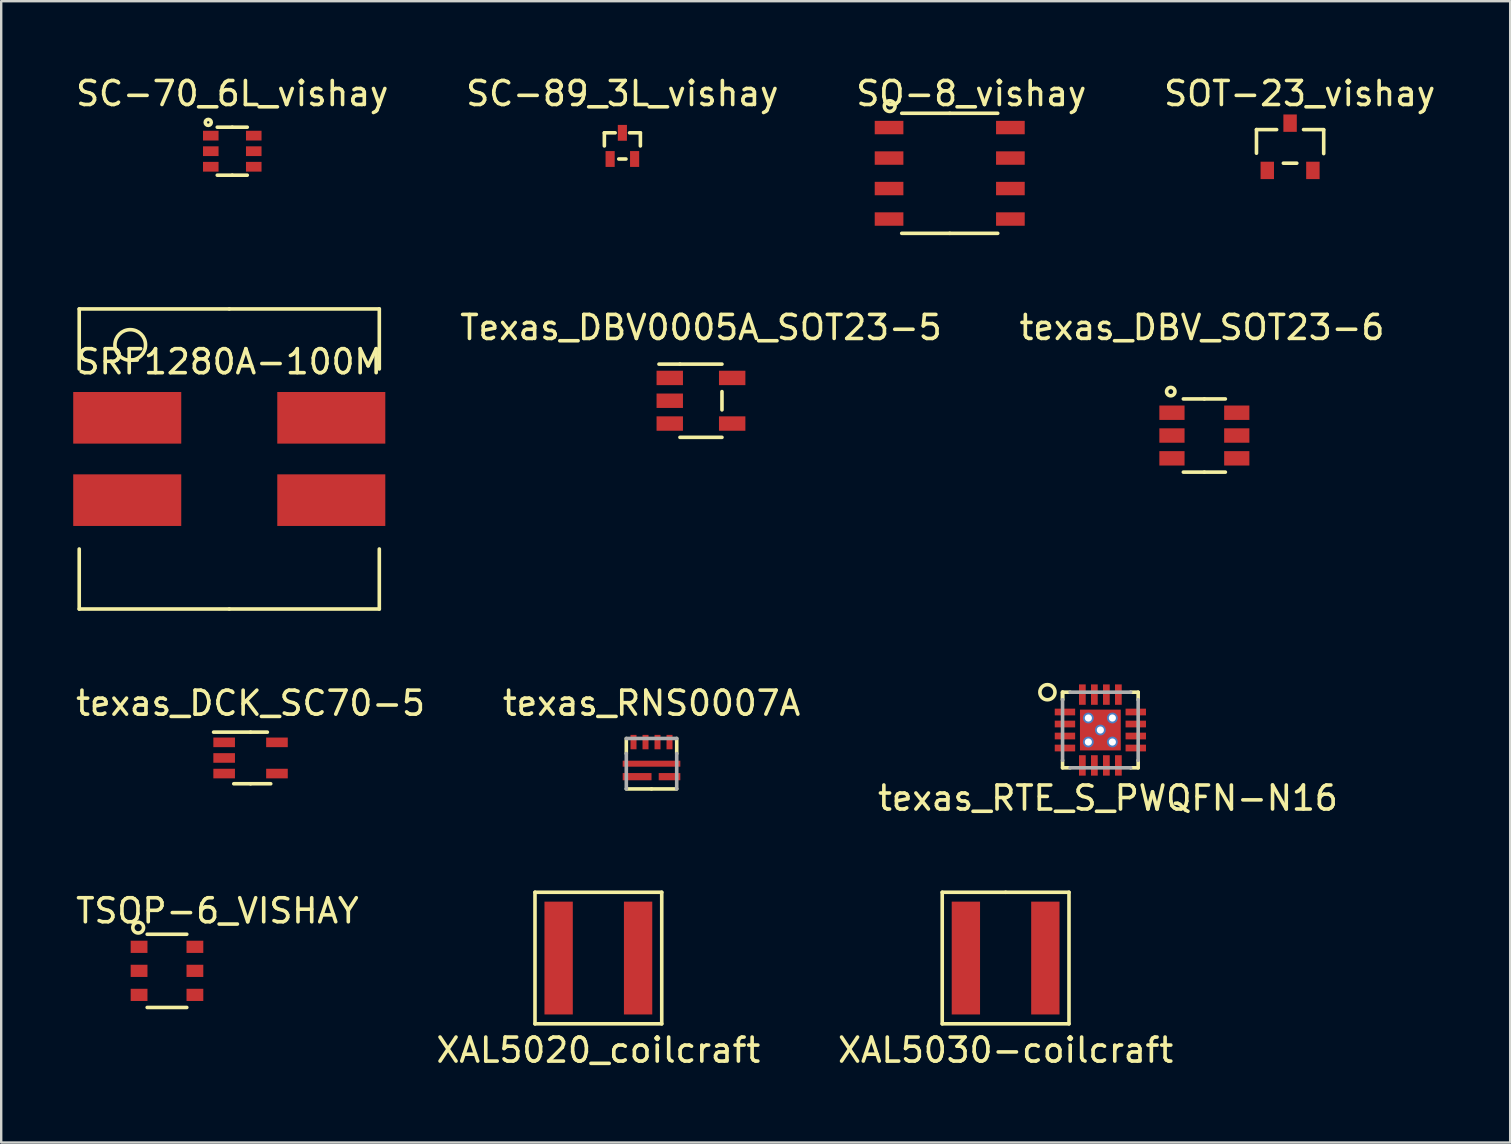
<source format=kicad_pcb>
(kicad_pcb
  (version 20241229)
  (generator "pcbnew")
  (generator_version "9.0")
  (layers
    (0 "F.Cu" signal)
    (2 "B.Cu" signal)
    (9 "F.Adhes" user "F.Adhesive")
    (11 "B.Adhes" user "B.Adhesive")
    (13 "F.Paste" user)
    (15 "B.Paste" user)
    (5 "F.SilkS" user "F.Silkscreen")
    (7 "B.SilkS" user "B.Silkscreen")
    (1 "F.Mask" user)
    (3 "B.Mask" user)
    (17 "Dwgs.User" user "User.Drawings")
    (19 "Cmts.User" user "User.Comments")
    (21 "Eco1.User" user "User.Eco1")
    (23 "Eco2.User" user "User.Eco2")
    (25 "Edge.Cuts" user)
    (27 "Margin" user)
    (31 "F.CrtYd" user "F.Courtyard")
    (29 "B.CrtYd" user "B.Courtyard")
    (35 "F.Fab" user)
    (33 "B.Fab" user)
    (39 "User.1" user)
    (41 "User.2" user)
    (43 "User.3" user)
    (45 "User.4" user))
  (footprint "XAL5020_coilcraft"
    (layer "F.Cu")
    (at 21.875 36.858)
    (property "Reference" "XAL5020_coilcraft" (at 0 3.836 0) (layer "F.SilkS") (effects (font (size 1 1) (thickness 0.15))))
    (attr through_hole)
    (fp_line (start -2.64 -2.74) (end 2.64 -2.74) (stroke (width 0.15) (type solid)) (layer "F.SilkS"))
    (fp_line (start -2.64 2.74) (end -2.64 -2.74) (stroke (width 0.15) (type solid)) (layer "F.SilkS"))
    (fp_line (start 2.64 -2.74) (end 2.64 2.74) (stroke (width 0.15) (type solid)) (layer "F.SilkS"))
    (fp_line (start 2.64 2.74) (end -2.64 2.74) (stroke (width 0.15) (type solid)) (layer "F.SilkS"))
    (pad "1" smd rect (at -1.655 0) (size 1.18 4.7) (layers "F.Cu" "F.Mask" "F.Paste"))
    (pad "2" smd rect (at 1.655 0) (size 1.18 4.7) (layers "F.Cu" "F.Mask" "F.Paste")))
  (footprint "Texas_DBV0005A_SOT23-5"
    (layer "F.Cu")
    (at 26.149 13.643)
    (property "Reference" "Texas_DBV0005A_SOT23-5" (at 0 -3.05 0) (layer "F.SilkS") (effects (font (size 1 1) (thickness 0.15))))
    (attr through_hole)
    (fp_line (start -0.875 -1.525) (end -1.75 -1.525) (stroke (width 0.15) (type solid)) (layer "F.SilkS"))
    (fp_line (start -0.875 -1.525) (end 0.875 -1.525) (stroke (width 0.15) (type solid)) (layer "F.SilkS"))
    (fp_line (start -0.875 1.525) (end 0.875 1.525) (stroke (width 0.15) (type solid)) (layer "F.SilkS"))
    (fp_line (start 0.875 -0.38) (end 0.875 0.38) (stroke (width 0.15) (type solid)) (layer "F.SilkS"))
    (pad "1" smd rect (at -1.3 -0.95) (size 1.1 0.6) (layers "F.Cu" "F.Mask" "F.Paste"))
    (pad "2" smd rect (at -1.3 0) (size 1.1 0.6) (layers "F.Cu" "F.Mask" "F.Paste"))
    (pad "3" smd rect (at -1.3 0.95) (size 1.1 0.6) (layers "F.Cu" "F.Mask" "F.Paste"))
    (pad "4" smd rect (at 1.3 0.95) (size 1.1 0.6) (layers "F.Cu" "F.Mask" "F.Paste"))
    (pad "5" smd rect (at 1.3 -0.95) (size 1.1 0.6) (layers "F.Cu" "F.Mask" "F.Paste")))
  (footprint "SO-8_vishay"
    (layer "F.Cu")
    (at 36.511 4.169)
    (property "Reference" "SO-8_vishay" (at 0.9 -3.321 0) (layer "F.SilkS") (effects (font (size 1 1) (thickness 0.15))))
    (attr through_hole)
    (fp_line (start 0 -2.5) (end -2 -2.5) (stroke (width 0.15) (type solid)) (layer "F.SilkS"))
    (fp_line (start 0 -2.5) (end 2 -2.5) (stroke (width 0.15) (type solid)) (layer "F.SilkS"))
    (fp_line (start 0 2.5) (end -2 2.5) (stroke (width 0.15) (type solid)) (layer "F.SilkS"))
    (fp_line (start 0 2.5) (end 2 2.5) (stroke (width 0.15) (type solid)) (layer "F.SilkS"))
    (fp_circle (center -2.5 -2.8) (end -2.3 -2.7) (stroke (width 0.15) (type solid)) (fill no) (layer "F.SilkS"))
    (pad "1" smd rect (at -2.527 -1.905) (size 1.194 0.559) (layers "F.Cu" "F.Mask" "F.Paste"))
    (pad "2" smd rect (at -2.527 -0.635) (size 1.194 0.559) (layers "F.Cu" "F.Mask" "F.Paste"))
    (pad "3" smd rect (at -2.527 0.635) (size 1.194 0.559) (layers "F.Cu" "F.Mask" "F.Paste"))
    (pad "4" smd rect (at -2.527 1.905) (size 1.194 0.559) (layers "F.Cu" "F.Mask" "F.Paste"))
    (pad "5" smd rect (at 2.527 1.905) (size 1.194 0.559) (layers "F.Cu" "F.Mask" "F.Paste"))
    (pad "6" smd rect (at 2.527 0.635) (size 1.194 0.559) (layers "F.Cu" "F.Mask" "F.Paste"))
    (pad "7" smd rect (at 2.527 -0.635) (size 1.194 0.559) (layers "F.Cu" "F.Mask" "F.Paste"))
    (pad "8" smd rect (at 2.527 -1.905) (size 1.194 0.559) (layers "F.Cu" "F.Mask" "F.Paste")))
  (footprint "SRF1280A-100M"
    (layer "F.Cu")
    (at 6.5 16.069)
    (property "Reference" "SRF1280A-100M" (at 0 -4.05 0) (layer "F.SilkS") (effects (font (size 1 1) (thickness 0.15))))
    (attr through_hole)
    (fp_line (start -6.25 -6.25) (end 0 -6.25) (stroke (width 0.15) (type solid)) (layer "F.SilkS"))
    (fp_line (start -6.25 -3.75) (end -6.25 -6.25) (stroke (width 0.15) (type solid)) (layer "F.SilkS"))
    (fp_line (start -6.25 6.25) (end -6.25 3.75) (stroke (width 0.15) (type solid)) (layer "F.SilkS"))
    (fp_line (start 0 -6.25) (end 6.25 -6.25) (stroke (width 0.15) (type solid)) (layer "F.SilkS"))
    (fp_line (start 0 6.25) (end -6.25 6.25) (stroke (width 0.15) (type solid)) (layer "F.SilkS"))
    (fp_line (start 0 6.25) (end 6.25 6.25) (stroke (width 0.15) (type solid)) (layer "F.SilkS"))
    (fp_line (start 6.25 -6.25) (end 6.25 -3.75) (stroke (width 0.15) (type solid)) (layer "F.SilkS"))
    (fp_line (start 6.25 6.25) (end 6.25 3.75) (stroke (width 0.15) (type solid)) (layer "F.SilkS"))
    (fp_circle (center -4.125 -4.75) (end -3.5 -4.875) (stroke (width 0.15) (type solid)) (fill no) (layer "F.SilkS"))
    (pad "1" smd rect (at -4.25 -1.715) (size 4.5 2.15) (layers "F.Cu" "F.Mask" "F.Paste"))
    (pad "2" smd rect (at -4.25 1.715) (size 4.5 2.15) (layers "F.Cu" "F.Mask" "F.Paste"))
    (pad "3" smd rect (at 4.25 1.715) (size 4.5 2.15) (layers "F.Cu" "F.Mask" "F.Paste"))
    (pad "4" smd rect (at 4.25 -1.715) (size 4.5 2.15) (layers "F.Cu" "F.Mask" "F.Paste")))
  (footprint "texas_RNS0007A"
    (layer "F.Cu")
    (at 24.089 29.302)
    (property "Reference" "texas_RNS0007A" (at 0 -3.06 0) (layer "F.SilkS") (effects (font (size 1 1) (thickness 0.15))))
    (attr through_hole)
    (fp_line (start -1.05 -1.59) (end -1.05 -0.96) (stroke (width 0.15) (type solid)) (layer "F.SilkS"))
    (fp_line (start 0 0.51) (end -1.05 0.51) (stroke (width 0.15) (type solid)) (layer "F.SilkS"))
    (fp_line (start 0 0.51) (end 1.05 0.51) (stroke (width 0.15) (type solid)) (layer "F.SilkS"))
    (fp_line (start 1.05 -1.59) (end 1.05 -0.96) (stroke (width 0.15) (type solid)) (layer "F.SilkS"))
    (fp_line (start -1.05 -1.59) (end 1.05 -1.59) (stroke (width 0.15) (type solid)) (layer "F.Fab"))
    (fp_line (start -1.05 -0.96) (end -1.05 0.51) (stroke (width 0.15) (type solid)) (layer "F.Fab"))
    (fp_line (start 1.05 -0.96) (end 1.05 0.51) (stroke (width 0.15) (type solid)) (layer "F.Fab"))
    (pad "1" smd rect (at -0.75 -1.44) (size 0.25 0.6) (layers "F.Cu" "F.Mask" "F.Paste"))
    (pad "2" smd rect (at -0.25 -1.44) (size 0.25 0.6) (layers "F.Cu" "F.Mask" "F.Paste"))
    (pad "3" smd rect (at 0.25 -1.44) (size 0.25 0.6) (layers "F.Cu" "F.Mask" "F.Paste"))
    (pad "4" smd rect (at 0.75 -1.44) (size 0.25 0.6) (layers "F.Cu" "F.Mask" "F.Paste"))
    (pad "5" smd rect (at 0 -0.54) (size 2.4 0.25) (layers "F.Cu" "F.Mask" "F.Paste"))
    (pad "6" smd rect (at 0.75 0) (size 0.9 0.3) (layers "F.Cu" "F.Mask" "F.Paste"))
    (pad "7" smd rect (at -0.6 0) (size 1.2 0.3) (layers "F.Cu" "F.Mask" "F.Paste")))
  (footprint "TSOP-6_VISHAY"
    (layer "F.Cu")
    (at 3.906 37.391)
    (property "Reference" "TSOP-6_VISHAY" (at 2.1 -2.5 0) (layer "F.SilkS") (effects (font (size 1 1) (thickness 0.15))))
    (attr through_hole)
    (fp_line (start -0.825 -1.525) (end 0.825 -1.525) (stroke (width 0.15) (type solid)) (layer "F.SilkS"))
    (fp_line (start -0.825 1.525) (end 0.825 1.525) (stroke (width 0.15) (type solid)) (layer "F.SilkS"))
    (fp_circle (center -1.2 -1.8) (end -1.1 -1.6) (stroke (width 0.15) (type solid)) (fill no) (layer "F.SilkS"))
    (pad "1" smd rect (at -1.163 -1.001) (size 0.699 0.508) (layers "F.Cu" "F.Mask" "F.Paste"))
    (pad "2" smd rect (at -1.163 0) (size 0.699 0.508) (layers "F.Cu" "F.Mask" "F.Paste"))
    (pad "3" smd rect (at -1.163 1.001) (size 0.699 0.508) (layers "F.Cu" "F.Mask" "F.Paste"))
    (pad "4" smd rect (at 1.163 1.001) (size 0.699 0.508) (layers "F.Cu" "F.Mask" "F.Paste"))
    (pad "5" smd rect (at 1.163 0) (size 0.699 0.508) (layers "F.Cu" "F.Mask" "F.Paste"))
    (pad "6" smd rect (at 1.163 -1.001) (size 0.699 0.508) (layers "F.Cu" "F.Mask" "F.Paste")))
  (footprint "SC-89_3L_vishay"
    (layer "F.Cu")
    (at 22.875 3.573)
    (property "Reference" "SC-89_3L_vishay" (at 0 -2.725 0) (layer "F.SilkS") (effects (font (size 1 1) (thickness 0.15))))
    (attr through_hole)
    (fp_line (start -0.75 -1.09) (end -0.75 -0.545) (stroke (width 0.15) (type solid)) (layer "F.SilkS"))
    (fp_line (start -0.75 -1.09) (end -0.3 -1.09) (stroke (width 0.15) (type solid)) (layer "F.SilkS"))
    (fp_line (start -0.15 0) (end 0.15 0) (stroke (width 0.15) (type solid)) (layer "F.SilkS"))
    (fp_line (start 0.75 -1.09) (end 0.3 -1.09) (stroke (width 0.15) (type solid)) (layer "F.SilkS"))
    (fp_line (start 0.75 -1.09) (end 0.75 -0.545) (stroke (width 0.15) (type solid)) (layer "F.SilkS"))
    (pad "1" smd rect (at -0.51 0) (size 0.38 0.66) (layers "F.Cu" "F.Mask" "F.Paste"))
    (pad "2" smd rect (at 0.51 0) (size 0.38 0.66) (layers "F.Cu" "F.Mask" "F.Paste"))
    (pad "3" smd rect (at 0 -1.09) (size 0.38 0.66) (layers "F.Cu" "F.Mask" "F.Paste")))
  (footprint "texas_DBV_SOT23-6"
    (layer "F.Cu")
    (at 47.118 15.092)
    (property "Reference" "texas_DBV_SOT23-6" (at -0.1 -4.5 0) (layer "F.SilkS") (effects (font (size 1 1) (thickness 0.15))))
    (attr through_hole)
    (fp_line (start -0.875 -1.525) (end 0 -1.525) (stroke (width 0.15) (type solid)) (layer "F.SilkS"))
    (fp_line (start 0 -1.525) (end 0.875 -1.525) (stroke (width 0.15) (type solid)) (layer "F.SilkS"))
    (fp_line (start 0 1.525) (end -0.875 1.525) (stroke (width 0.15) (type solid)) (layer "F.SilkS"))
    (fp_line (start 0 1.525) (end 0.875 1.525) (stroke (width 0.15) (type solid)) (layer "F.SilkS"))
    (fp_circle (center -1.4 -1.83) (end -1.225 -1.83) (stroke (width 0.15) (type solid)) (fill no) (layer "F.SilkS"))
    (pad "1" smd rect (at -1.35 -0.95) (size 1.05 0.6) (layers "F.Cu" "F.Mask" "F.Paste"))
    (pad "2" smd rect (at -1.35 0) (size 1.05 0.6) (layers "F.Cu" "F.Mask" "F.Paste"))
    (pad "3" smd rect (at -1.35 0.95) (size 1.05 0.6) (layers "F.Cu" "F.Mask" "F.Paste"))
    (pad "4" smd rect (at 1.35 0.95) (size 1.05 0.6) (layers "F.Cu" "F.Mask" "F.Paste"))
    (pad "5" smd rect (at 1.35 0) (size 1.05 0.6) (layers "F.Cu" "F.Mask" "F.Paste"))
    (pad "6" smd rect (at 1.35 -0.95) (size 1.05 0.6) (layers "F.Cu" "F.Mask" "F.Paste")))
  (footprint "texas_DCK_SC70-5"
    (layer "F.Cu")
    (at 7.387 28.523)
    (property "Reference" "texas_DCK_SC70-5" (at 0 -2.28 0) (layer "F.SilkS") (effects (font (size 1 1) (thickness 0.15))))
    (attr through_hole)
    (fp_line (start 0 -1.075) (end -1.54 -1.075) (stroke (width 0.15) (type solid)) (layer "F.SilkS"))
    (fp_line (start 0 -1.075) (end 0.7 -1.075) (stroke (width 0.15) (type solid)) (layer "F.SilkS"))
    (fp_line (start 0 1.075) (end -0.7 1.075) (stroke (width 0.15) (type solid)) (layer "F.SilkS"))
    (fp_line (start 0 1.075) (end 0.84 1.075) (stroke (width 0.15) (type solid)) (layer "F.SilkS"))
    (pad "1" smd rect (at -1.1 -0.65) (size 0.9 0.4) (layers "F.Cu" "F.Mask" "F.Paste"))
    (pad "2" smd rect (at -1.1 0) (size 0.9 0.4) (layers "F.Cu" "F.Mask" "F.Paste"))
    (pad "3" smd rect (at -1.1 0.65) (size 0.9 0.4) (layers "F.Cu" "F.Mask" "F.Paste"))
    (pad "4" smd rect (at 1.1 0.65) (size 0.9 0.4) (layers "F.Cu" "F.Mask" "F.Paste"))
    (pad "5" smd rect (at 1.1 -0.65) (size 0.9 0.4) (layers "F.Cu" "F.Mask" "F.Paste")))
  (footprint "XAL5030-coilcraft"
    (layer "F.Cu")
    (at 38.839 36.858)
    (property "Reference" "XAL5030-coilcraft" (at 0 3.836 0) (layer "F.SilkS") (effects (font (size 1 1) (thickness 0.15))))
    (attr through_hole)
    (fp_line (start -2.64 -2.74) (end -2.64 2.74) (stroke (width 0.15) (type solid)) (layer "F.SilkS"))
    (fp_line (start -2.64 2.74) (end 2.64 2.74) (stroke (width 0.15) (type solid)) (layer "F.SilkS"))
    (fp_line (start 0 -2.74) (end -2.64 -2.74) (stroke (width 0.15) (type solid)) (layer "F.SilkS"))
    (fp_line (start 2.64 -2.74) (end 0 -2.74) (stroke (width 0.15) (type solid)) (layer "F.SilkS"))
    (fp_line (start 2.64 2.74) (end 2.64 -2.74) (stroke (width 0.15) (type solid)) (layer "F.SilkS"))
    (pad "1" smd rect (at -1.655 0) (size 1.18 4.7) (layers "F.Cu" "F.Mask" "F.Paste"))
    (pad "2" smd rect (at 1.655 0) (size 1.18 4.7) (layers "F.Cu" "F.Mask" "F.Paste")))
  (footprint "texas_RTE_S_PWQFN-N16"
    (layer "F.Cu")
    (at 42.786 27.359)
    (property "Reference" "texas_RTE_S_PWQFN-N16" (at 0.315 2.835 0) (layer "F.SilkS") (effects (font (size 1 1) (thickness 0.15))))
    (attr through_hole)
    (fp_line (start -1.575 -1.575) (end -1.575 -1.26) (stroke (width 0.15) (type solid)) (layer "F.SilkS"))
    (fp_line (start -1.575 -1.575) (end -1.26 -1.575) (stroke (width 0.15) (type solid)) (layer "F.SilkS"))
    (fp_line (start -1.575 -1.26) (end -1.575 -1.575) (stroke (width 0.15) (type solid)) (layer "F.SilkS"))
    (fp_line (start -1.575 1.575) (end -1.575 1.26) (stroke (width 0.15) (type solid)) (layer "F.SilkS"))
    (fp_line (start -1.26 1.575) (end -1.575 1.575) (stroke (width 0.15) (type solid)) (layer "F.SilkS"))
    (fp_line (start 1.26 -1.575) (end 1.575 -1.575) (stroke (width 0.15) (type solid)) (layer "F.SilkS"))
    (fp_line (start 1.26 1.575) (end 1.575 1.575) (stroke (width 0.15) (type solid)) (layer "F.SilkS"))
    (fp_line (start 1.575 -1.575) (end 1.575 -1.26) (stroke (width 0.15) (type solid)) (layer "F.SilkS"))
    (fp_line (start 1.575 1.575) (end 1.575 1.26) (stroke (width 0.15) (type solid)) (layer "F.SilkS"))
    (fp_circle (center -2.205 -1.575) (end -1.89 -1.575) (stroke (width 0.15) (type solid)) (fill no) (layer "F.SilkS"))
    (fp_line (start -1.575 -1.26) (end -1.575 1.26) (stroke (width 0.15) (type solid)) (layer "F.Fab"))
    (fp_line (start -1.26 1.575) (end 1.26 1.575) (stroke (width 0.15) (type solid)) (layer "F.Fab"))
    (fp_line (start 1.26 -1.575) (end -1.26 -1.575) (stroke (width 0.15) (type solid)) (layer "F.Fab"))
    (fp_line (start 1.575 1.26) (end 1.575 -1.26) (stroke (width 0.15) (type solid)) (layer "F.Fab"))
    (pad "1" smd rect (at -1.475 -0.75 90) (size 0.28 0.85) (layers "F.Cu" "F.Mask" "F.Paste"))
    (pad "2" smd rect (at -1.475 -0.25 90) (size 0.28 0.85) (layers "F.Cu" "F.Mask" "F.Paste"))
    (pad "3" smd rect (at -1.475 0.25 90) (size 0.28 0.85) (layers "F.Cu" "F.Mask" "F.Paste"))
    (pad "4" smd rect (at -1.475 0.75 90) (size 0.28 0.85) (layers "F.Cu" "F.Mask" "F.Paste"))
    (pad "5" smd rect (at -0.75 1.475) (size 0.28 0.85) (layers "F.Cu" "F.Mask" "F.Paste"))
    (pad "6" smd rect (at -0.25 1.475) (size 0.28 0.85) (layers "F.Cu" "F.Mask" "F.Paste"))
    (pad "7" smd rect (at 0.25 1.475) (size 0.28 0.85) (layers "F.Cu" "F.Mask" "F.Paste"))
    (pad "8" smd rect (at 0.75 1.475) (size 0.28 0.85) (layers "F.Cu" "F.Mask" "F.Paste"))
    (pad "9" smd rect (at 1.475 0.75 90) (size 0.28 0.85) (layers "F.Cu" "F.Mask" "F.Paste"))
    (pad "10" smd rect (at 1.475 0.25 90) (size 0.28 0.85) (layers "F.Cu" "F.Mask" "F.Paste"))
    (pad "11" smd rect (at 1.475 -0.25 90) (size 0.28 0.85) (layers "F.Cu" "F.Mask" "F.Paste"))
    (pad "12" smd rect (at 1.475 -0.75 90) (size 0.28 0.85) (layers "F.Cu" "F.Mask" "F.Paste"))
    (pad "13" smd rect (at 0.75 -1.475) (size 0.28 0.85) (layers "F.Cu" "F.Mask" "F.Paste"))
    (pad "14" smd rect (at 0.25 -1.475) (size 0.28 0.85) (layers "F.Cu" "F.Mask" "F.Paste"))
    (pad "15" smd rect (at -0.25 -1.475) (size 0.28 0.85) (layers "F.Cu" "F.Mask" "F.Paste"))
    (pad "16" smd rect (at -0.75 -1.475) (size 0.28 0.85) (layers "F.Cu" "F.Mask" "F.Paste"))
    (pad "17" thru_hole circle (at -0.5 -0.5) (size 0.45 0.45) (drill 0.3) (layers "*.Cu" "*.Mask"))
    (pad "17" thru_hole circle (at -0.5 0.5) (size 0.45 0.45) (drill 0.3) (layers "*.Cu" "*.Mask"))
    (pad "17" thru_hole circle (at 0 0) (size 0.45 0.45) (drill 0.3) (layers "*.Cu" "*.Mask"))
    (pad "17" smd rect (at 0 0) (size 1.7 1.7) (layers "F.Cu" "F.Mask" "F.Paste"))
    (pad "17" thru_hole circle (at 0.5 -0.5) (size 0.45 0.45) (drill 0.3) (layers "*.Cu" "*.Mask"))
    (pad "17" thru_hole circle (at 0.5 0.5) (size 0.45 0.45) (drill 0.3) (layers "*.Cu" "*.Mask")))
  (footprint "SC-70_6L_vishay"
    (layer "F.Cu")
    (at 6.625 3.248)
    (property "Reference" "SC-70_6L_vishay" (at 0 -2.4 0) (layer "F.SilkS") (effects (font (size 1 1) (thickness 0.15))))
    (attr through_hole)
    (fp_line (start 0 -1) (end -0.625 -1) (stroke (width 0.15) (type solid)) (layer "F.SilkS"))
    (fp_line (start 0 -1) (end 0.625 -1) (stroke (width 0.15) (type solid)) (layer "F.SilkS"))
    (fp_line (start 0 1) (end -0.625 1) (stroke (width 0.15) (type solid)) (layer "F.SilkS"))
    (fp_line (start 0 1) (end 0.625 1) (stroke (width 0.15) (type solid)) (layer "F.SilkS"))
    (fp_circle (center -1 -1.2) (end -0.875 -1.2) (stroke (width 0.15) (type solid)) (fill no) (layer "F.SilkS"))
    (pad "1" smd rect (at -0.895 -0.648) (size 0.648 0.406) (layers "F.Cu" "F.Mask" "F.Paste"))
    (pad "2" smd rect (at -0.895 0) (size 0.648 0.406) (layers "F.Cu" "F.Mask" "F.Paste"))
    (pad "3" smd rect (at -0.895 0.648) (size 0.648 0.406) (layers "F.Cu" "F.Mask" "F.Paste"))
    (pad "4" smd rect (at 0.895 0.648) (size 0.648 0.406) (layers "F.Cu" "F.Mask" "F.Paste"))
    (pad "5" smd rect (at 0.895 0) (size 0.648 0.406) (layers "F.Cu" "F.Mask" "F.Paste"))
    (pad "6" smd rect (at 0.895 -0.648) (size 0.648 0.406) (layers "F.Cu" "F.Mask" "F.Paste")))
  (footprint "SOT-23_vishay"
    (layer "F.Cu")
    (at 50.689 4.048)
    (property "Reference" "SOT-23_vishay" (at 0.4 -3.2 0) (layer "F.SilkS") (effects (font (size 1 1) (thickness 0.15))))
    (attr through_hole)
    (fp_line (start -1.4 -1.7) (end -1.4 -0.716) (stroke (width 0.15) (type solid)) (layer "F.SilkS"))
    (fp_line (start -1.4 -1.7) (end -0.56 -1.7) (stroke (width 0.15) (type solid)) (layer "F.SilkS"))
    (fp_line (start -0.28 -0.3) (end 0.28 -0.3) (stroke (width 0.15) (type solid)) (layer "F.SilkS"))
    (fp_line (start 1.4 -1.7) (end 0.56 -1.7) (stroke (width 0.15) (type solid)) (layer "F.SilkS"))
    (fp_line (start 1.4 -1.684) (end 1.4 -0.7) (stroke (width 0.15) (type solid)) (layer "F.SilkS"))
    (pad "1" smd rect (at -0.95 0) (size 0.559 0.724) (layers "F.Cu" "F.Mask" "F.Paste"))
    (pad "2" smd rect (at 0.95 0) (size 0.559 0.724) (layers "F.Cu" "F.Mask" "F.Paste"))
    (pad "3" smd rect (at 0 -1.968) (size 0.559 0.724) (layers "F.Cu" "F.Mask" "F.Paste")))
  (gr_rect
    (start -3 -3)
    (end 59.857 44.542)
    (stroke (width 0.1) (type default))
    (fill no)
    (layer "Edge.Cuts")))
</source>
